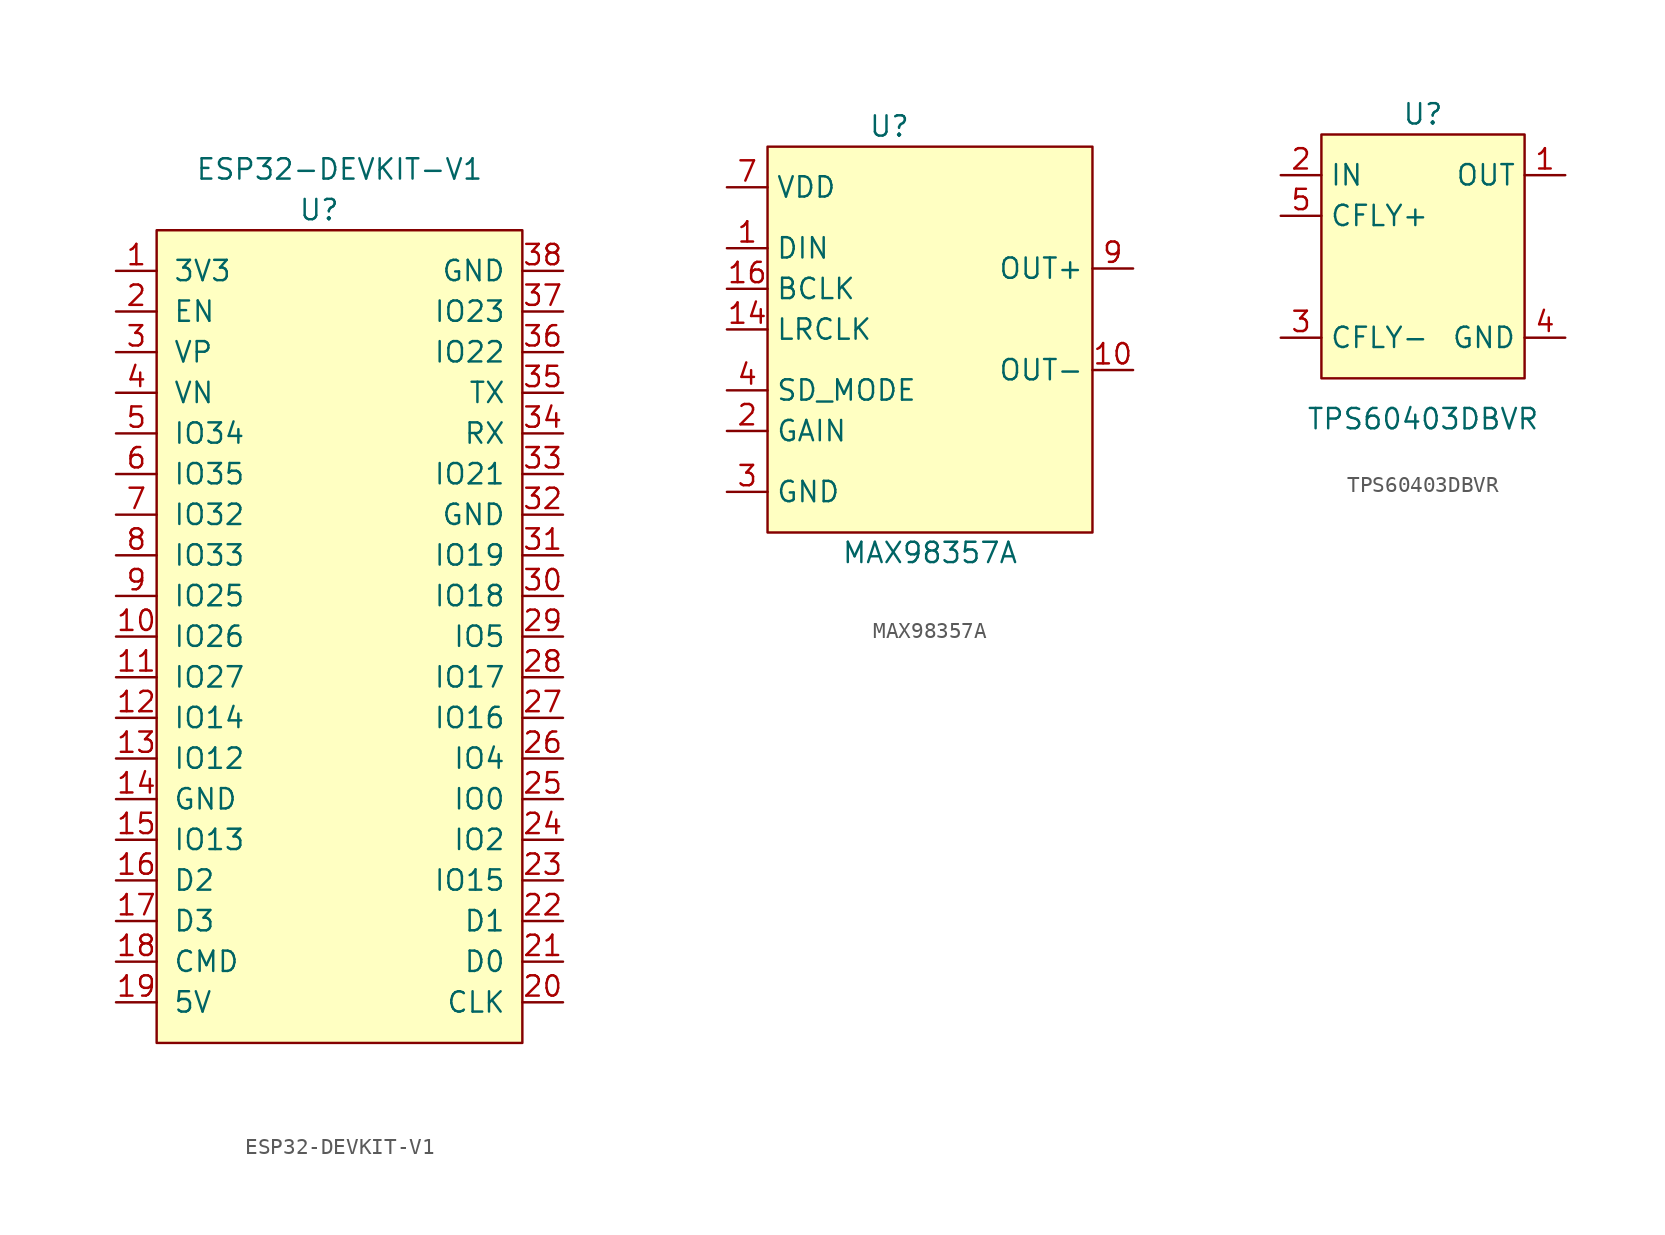
<source format=kicad_sym>
(kicad_symbol_lib
  (version 20211014)
  (generator kicad_symbol_editor)
  (symbol "ESP32-DEVKIT-V1"
    (pin_names
      (offset 1.016))
    (property "Reference" "U"
      (at -1.27 11.43 0)
      (effects (font (size 1.27 1.27))))
    (property "Value" "ESP32-DEVKIT-V1"
      (at 0 13.97 0)
      (effects (font (size 1.27 1.27))))
    (symbol "ESP32-DEVKIT-V1_0_1"
      (rectangle (start -11.43 10.16) (end 11.43 -40.64) (stroke (width 0) (type default) (color 0 0 0 0)) (fill (type background))))
    (symbol "ESP32-DEVKIT-V1_1_1"
      (pin power_out line (at -13.97 7.62 0) (length 2.54) (name "3V3" (effects (font (size 1.27 1.27)))) (number "1" (effects (font (size 1.27 1.27)))))
      (pin bidirectional line (at -13.97 -15.24 0) (length 2.54) (name "IO26" (effects (font (size 1.27 1.27)))) (number "10" (effects (font (size 1.27 1.27)))))
      (pin bidirectional line (at -13.97 -17.78 0) (length 2.54) (name "IO27" (effects (font (size 1.27 1.27)))) (number "11" (effects (font (size 1.27 1.27)))))
      (pin bidirectional line (at -13.97 -20.32 0) (length 2.54) (name "IO14" (effects (font (size 1.27 1.27)))) (number "12" (effects (font (size 1.27 1.27)))))
      (pin bidirectional line (at -13.97 -22.86 0) (length 2.54) (name "IO12" (effects (font (size 1.27 1.27)))) (number "13" (effects (font (size 1.27 1.27)))))
      (pin power_out line (at -13.97 -25.4 0) (length 2.54) (name "GND" (effects (font (size 1.27 1.27)))) (number "14" (effects (font (size 1.27 1.27)))))
      (pin bidirectional line (at -13.97 -27.94 0) (length 2.54) (name "IO13" (effects (font (size 1.27 1.27)))) (number "15" (effects (font (size 1.27 1.27)))))
      (pin bidirectional line (at -13.97 -30.48 0) (length 2.54) (name "D2" (effects (font (size 1.27 1.27)))) (number "16" (effects (font (size 1.27 1.27)))))
      (pin bidirectional line (at -13.97 -33.02 0) (length 2.54) (name "D3" (effects (font (size 1.27 1.27)))) (number "17" (effects (font (size 1.27 1.27)))))
      (pin bidirectional line (at -13.97 -35.56 0) (length 2.54) (name "CMD" (effects (font (size 1.27 1.27)))) (number "18" (effects (font (size 1.27 1.27)))))
      (pin power_out line (at -13.97 -38.1 0) (length 2.54) (name "5V" (effects (font (size 1.27 1.27)))) (number "19" (effects (font (size 1.27 1.27)))))
      (pin input line (at -13.97 5.08 0) (length 2.54) (name "EN" (effects (font (size 1.27 1.27)))) (number "2" (effects (font (size 1.27 1.27)))))
      (pin bidirectional line (at 13.97 -38.1 180) (length 2.54) (name "CLK" (effects (font (size 1.27 1.27)))) (number "20" (effects (font (size 1.27 1.27)))))
      (pin bidirectional line (at 13.97 -35.56 180) (length 2.54) (name "D0" (effects (font (size 1.27 1.27)))) (number "21" (effects (font (size 1.27 1.27)))))
      (pin bidirectional line (at 13.97 -33.02 180) (length 2.54) (name "D1" (effects (font (size 1.27 1.27)))) (number "22" (effects (font (size 1.27 1.27)))))
      (pin bidirectional line (at 13.97 -30.48 180) (length 2.54) (name "IO15" (effects (font (size 1.27 1.27)))) (number "23" (effects (font (size 1.27 1.27)))))
      (pin bidirectional line (at 13.97 -27.94 180) (length 2.54) (name "IO2" (effects (font (size 1.27 1.27)))) (number "24" (effects (font (size 1.27 1.27)))))
      (pin bidirectional line (at 13.97 -25.4 180) (length 2.54) (name "IO0" (effects (font (size 1.27 1.27)))) (number "25" (effects (font (size 1.27 1.27)))))
      (pin bidirectional line (at 13.97 -22.86 180) (length 2.54) (name "IO4" (effects (font (size 1.27 1.27)))) (number "26" (effects (font (size 1.27 1.27)))))
      (pin bidirectional line (at 13.97 -20.32 180) (length 2.54) (name "IO16" (effects (font (size 1.27 1.27)))) (number "27" (effects (font (size 1.27 1.27)))))
      (pin bidirectional line (at 13.97 -17.78 180) (length 2.54) (name "IO17" (effects (font (size 1.27 1.27)))) (number "28" (effects (font (size 1.27 1.27)))))
      (pin bidirectional line (at 13.97 -15.24 180) (length 2.54) (name "IO5" (effects (font (size 1.27 1.27)))) (number "29" (effects (font (size 1.27 1.27)))))
      (pin input line (at -13.97 2.54 0) (length 2.54) (name "VP" (effects (font (size 1.27 1.27)))) (number "3" (effects (font (size 1.27 1.27)))))
      (pin bidirectional line (at 13.97 -12.7 180) (length 2.54) (name "IO18" (effects (font (size 1.27 1.27)))) (number "30" (effects (font (size 1.27 1.27)))))
      (pin bidirectional line (at 13.97 -10.16 180) (length 2.54) (name "IO19" (effects (font (size 1.27 1.27)))) (number "31" (effects (font (size 1.27 1.27)))))
      (pin power_out line (at 13.97 -7.62 180) (length 2.54) (name "GND" (effects (font (size 1.27 1.27)))) (number "32" (effects (font (size 1.27 1.27)))))
      (pin bidirectional line (at 13.97 -5.08 180) (length 2.54) (name "IO21" (effects (font (size 1.27 1.27)))) (number "33" (effects (font (size 1.27 1.27)))))
      (pin bidirectional line (at 13.97 -2.54 180) (length 2.54) (name "RX" (effects (font (size 1.27 1.27)))) (number "34" (effects (font (size 1.27 1.27)))))
      (pin bidirectional line (at 13.97 0 180) (length 2.54) (name "TX" (effects (font (size 1.27 1.27)))) (number "35" (effects (font (size 1.27 1.27)))))
      (pin bidirectional line (at 13.97 2.54 180) (length 2.54) (name "IO22" (effects (font (size 1.27 1.27)))) (number "36" (effects (font (size 1.27 1.27)))))
      (pin bidirectional line (at 13.97 5.08 180) (length 2.54) (name "IO23" (effects (font (size 1.27 1.27)))) (number "37" (effects (font (size 1.27 1.27)))))
      (pin power_out line (at 13.97 7.62 180) (length 2.54) (name "GND" (effects (font (size 1.27 1.27)))) (number "38" (effects (font (size 1.27 1.27)))))
      (pin input line (at -13.97 0 0) (length 2.54) (name "VN" (effects (font (size 1.27 1.27)))) (number "4" (effects (font (size 1.27 1.27)))))
      (pin input line (at -13.97 -2.54 0) (length 2.54) (name "IO34" (effects (font (size 1.27 1.27)))) (number "5" (effects (font (size 1.27 1.27)))))
      (pin input line (at -13.97 -5.08 0) (length 2.54) (name "IO35" (effects (font (size 1.27 1.27)))) (number "6" (effects (font (size 1.27 1.27)))))
      (pin bidirectional line (at -13.97 -7.62 0) (length 2.54) (name "IO32" (effects (font (size 1.27 1.27)))) (number "7" (effects (font (size 1.27 1.27)))))
      (pin bidirectional line (at -13.97 -10.16 0) (length 2.54) (name "IO33" (effects (font (size 1.27 1.27)))) (number "8" (effects (font (size 1.27 1.27)))))
      (pin bidirectional line (at -13.97 -12.7 0) (length 2.54) (name "IO25" (effects (font (size 1.27 1.27)))) (number "9" (effects (font (size 1.27 1.27)))))))
  (symbol "MAX98357A"
    (property "Reference" "U"
      (at -2.54 11.43 0)
      (effects (font (size 1.27 1.27))))
    (property "Value" "MAX98357A"
      (at 0 -15.24 0)
      (effects (font (size 1.27 1.27))))
    (symbol "MAX98357A_0_1"
      (rectangle (start -10.16 10.16) (end 10.16 -13.97) (stroke (width 0) (type default) (color 0 0 0 0)) (fill (type background))))
    (symbol "MAX98357A_1_1"
      (pin input line (at -12.7 3.81 0) (length 2.54) (name "DIN" (effects (font (size 1.27 1.27)))) (number "1" (effects (font (size 1.27 1.27)))))
      (pin output line (at 12.7 -3.81 180) (length 2.54) (name "OUT-" (effects (font (size 1.27 1.27)))) (number "10" (effects (font (size 1.27 1.27)))))
      (pin power_in line (at -12.7 -11.43 0) (length 2.54) hide (name "GND" (effects (font (size 1.27 1.27)))) (number "11" (effects (font (size 1.27 1.27)))))
      (pin input line (at -12.7 -1.27 0) (length 2.54) (name "LRCLK" (effects (font (size 1.27 1.27)))) (number "14" (effects (font (size 1.27 1.27)))))
      (pin power_in line (at -12.7 -11.43 0) (length 2.54) hide (name "GND" (effects (font (size 1.27 1.27)))) (number "15" (effects (font (size 1.27 1.27)))))
      (pin input line (at -12.7 1.27 0) (length 2.54) (name "BCLK" (effects (font (size 1.27 1.27)))) (number "16" (effects (font (size 1.27 1.27)))))
      (pin power_in line (at -12.7 -11.43 0) (length 2.54) hide (name "GND" (effects (font (size 1.27 1.27)))) (number "17" (effects (font (size 1.27 1.27)))))
      (pin input line (at -12.7 -7.62 0) (length 2.54) (name "GAIN" (effects (font (size 1.27 1.27)))) (number "2" (effects (font (size 1.27 1.27)))))
      (pin power_in line (at -12.7 -11.43 0) (length 2.54) (name "GND" (effects (font (size 1.27 1.27)))) (number "3" (effects (font (size 1.27 1.27)))))
      (pin input line (at -12.7 -5.08 0) (length 2.54) (name "SD_MODE" (effects (font (size 1.27 1.27)))) (number "4" (effects (font (size 1.27 1.27)))))
      (pin power_in line (at -12.7 7.62 0) (length 2.54) (name "VDD" (effects (font (size 1.27 1.27)))) (number "7" (effects (font (size 1.27 1.27)))))
      (pin power_in line (at -12.7 7.62 0) (length 2.54) hide (name "VDD" (effects (font (size 1.27 1.27)))) (number "8" (effects (font (size 1.27 1.27)))))
      (pin output line (at 12.7 2.54 180) (length 2.54) (name "OUT+" (effects (font (size 1.27 1.27)))) (number "9" (effects (font (size 1.27 1.27)))))))
  (symbol "TPS60403DBVR"
    (property "Reference" "U"
      (at 0 2.54 0)
      (effects (font (size 1.27 1.27))))
    (property "Value" "TPS60403DBVR"
      (at 0 -16.51 0)
      (effects (font (size 1.27 1.27))))
    (symbol "TPS60403DBVR_0_1"
      (rectangle (start -6.35 1.27) (end 6.35 -13.97) (stroke (width 0) (type default) (color 0 0 0 0)) (fill (type background))))
    (symbol "TPS60403DBVR_1_1"
      (pin power_out line (at 8.89 -1.27 180) (length 2.54) (name "OUT" (effects (font (size 1.27 1.27)))) (number "1" (effects (font (size 1.27 1.27)))))
      (pin power_in line (at -8.89 -1.27 0) (length 2.54) (name "IN" (effects (font (size 1.27 1.27)))) (number "2" (effects (font (size 1.27 1.27)))))
      (pin passive line (at -8.89 -11.43 0) (length 2.54) (name "CFLY-" (effects (font (size 1.27 1.27)))) (number "3" (effects (font (size 1.27 1.27)))))
      (pin power_in line (at 8.89 -11.43 180) (length 2.54) (name "GND" (effects (font (size 1.27 1.27)))) (number "4" (effects (font (size 1.27 1.27)))))
      (pin passive line (at -8.89 -3.81 0) (length 2.54) (name "CFLY+" (effects (font (size 1.27 1.27)))) (number "5" (effects (font (size 1.27 1.27))))))))
</source>
